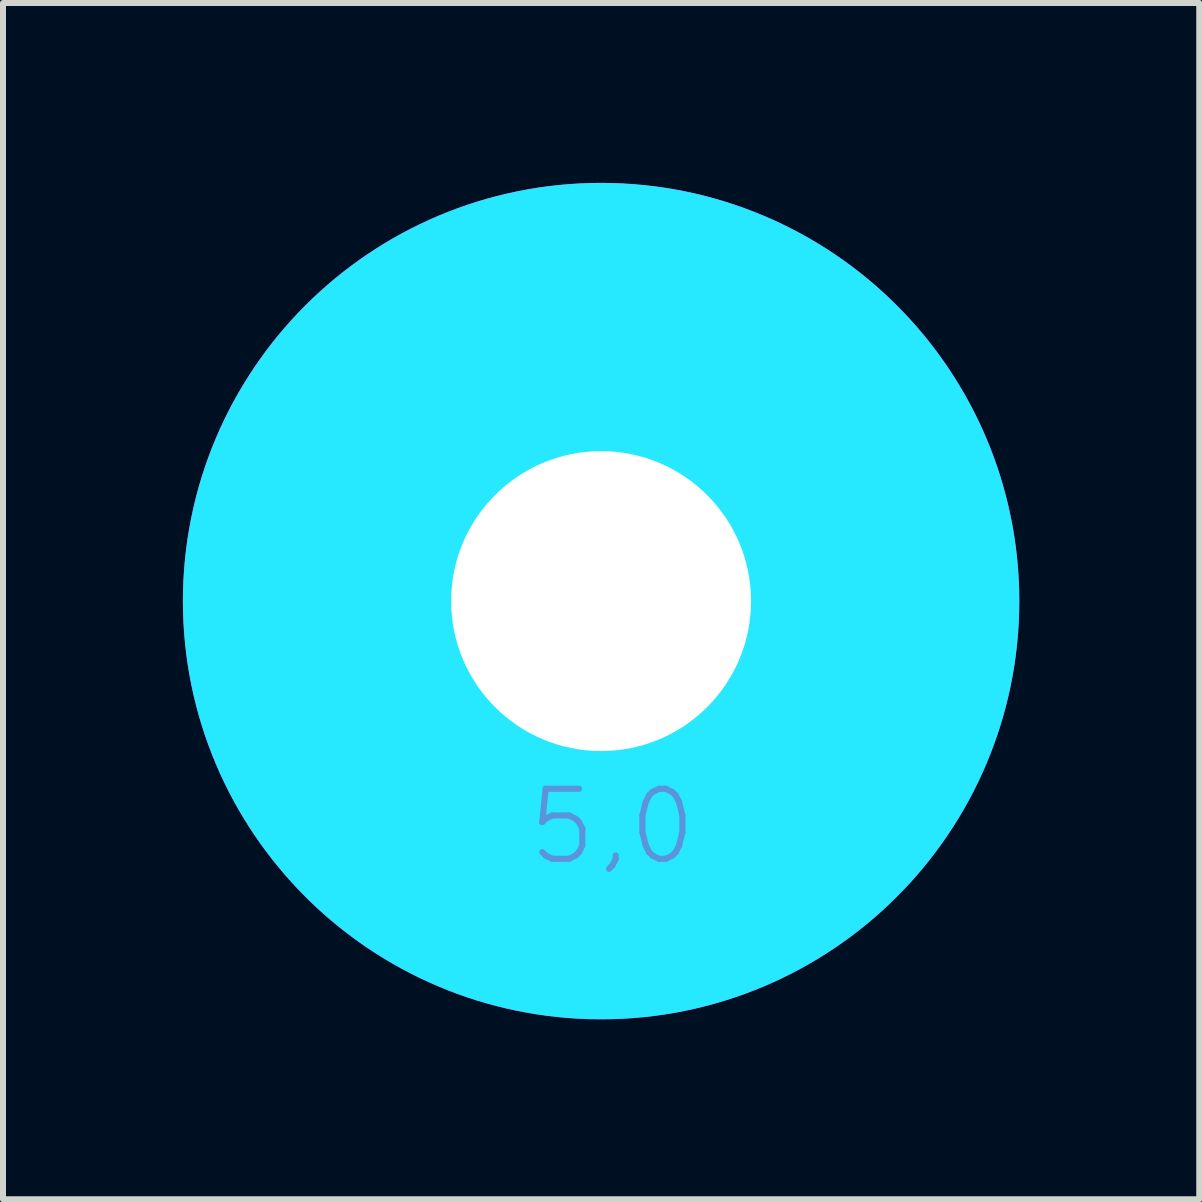
<source format=kicad_pcb>
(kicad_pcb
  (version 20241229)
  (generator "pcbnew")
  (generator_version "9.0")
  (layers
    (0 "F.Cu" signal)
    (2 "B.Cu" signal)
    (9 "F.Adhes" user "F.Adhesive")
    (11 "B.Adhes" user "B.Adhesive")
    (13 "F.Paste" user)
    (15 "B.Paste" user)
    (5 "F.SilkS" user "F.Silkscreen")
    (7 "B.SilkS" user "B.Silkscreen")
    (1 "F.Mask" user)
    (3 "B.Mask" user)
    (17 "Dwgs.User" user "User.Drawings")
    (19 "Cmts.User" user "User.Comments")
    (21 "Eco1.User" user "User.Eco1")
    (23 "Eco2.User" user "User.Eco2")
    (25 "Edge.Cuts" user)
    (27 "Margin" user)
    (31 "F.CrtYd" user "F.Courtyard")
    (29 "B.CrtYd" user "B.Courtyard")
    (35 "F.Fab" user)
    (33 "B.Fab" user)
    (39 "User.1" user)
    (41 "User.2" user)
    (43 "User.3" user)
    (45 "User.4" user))
  (footprint "footprint"
    (layer "F.Cu")
    (at 6.972 6.972)
    (property "Reference" "footprint" (at 0 0 0) (layer "F.SilkS") (effects (font (size 1.27 1.27) (thickness 0.15))))
    (fp_line (start -2.159 0) (end -4.445 0) (stroke (width 0.051) (type solid)) (layer "F.SilkS"))
    (fp_line (start 0 -4.445) (end 0 -2.159) (stroke (width 0.051) (type solid)) (layer "F.SilkS"))
    (fp_line (start 0 2.159) (end 0 4.445) (stroke (width 0.051) (type solid)) (layer "F.SilkS"))
    (fp_line (start 4.445 0) (end 2.159 0) (stroke (width 0.051) (type solid)) (layer "F.SilkS"))
    (fp_circle (center 0 0) (end 2.6 0) (stroke (width 0.152) (type solid)) (fill no) (layer "F.SilkS"))
    (fp_circle (center 0 0) (end 4.496 0) (stroke (width 0.152) (type solid)) (fill no) (layer "F.SilkS"))
    (fp_circle (center 0 0) (end 4.699 0) (stroke (width 4.547) (type solid)) (fill no) (layer "B.CrtYd"))
    (fp_circle (center 0 0) (end 4.699 0) (stroke (width 4.547) (type solid)) (fill no) (layer "F.CrtYd"))
    (fp_arc (start 0 -2.54) (mid 1.796051 -1.796051) (end 2.54 0) (stroke (width 3.9116) (type solid)) (layer "F.Fab"))
    (fp_arc (start 0 2.54) (mid -1.796051 1.796051) (end -2.54 0) (stroke (width 3.9116) (type solid)) (layer "F.Fab"))
    (fp_circle (center 0 0) (end 0.762 0) (stroke (width 0.457) (type solid)) (fill no) (layer "F.Fab"))
    (fp_text user "5,0" (at -1.27 4.445 0) (layer "Cmts.User") (effects (font (size 1.168 1.168) (thickness 0.102)) (justify left bottom)))
    (pad "" np_thru_hole circle (at 0 0) (size 5 5) (drill 5) (layers "*.Cu" "*.Mask"))
    (zone (net_name "") (layer "F.Cu") (hatch edge 0.508) (connect_pads) (min_thickness 0.254) (filled_areas_thickness no) (keepout (tracks not_allowed) (vias not_allowed) (pads not_allowed) (copperpour not_allowed) (footprints allowed)) (placement (enabled no)) (fill) (polygon (pts (xy 13.068 6.972) (xy 12.976 5.914) (xy 12.701 4.887) (xy 12.252 3.924) (xy 11.642 3.054) (xy 10.891 2.302) (xy 10.02 1.693) (xy 9.057 1.244) (xy 8.031 0.969) (xy 6.972 0.876) (xy 5.914 0.969) (xy 4.887 1.244) (xy 3.924 1.693) (xy 3.054 2.302) (xy 2.302 3.054) (xy 1.693 3.924) (xy 1.244 4.887) (xy 0.969 5.914) (xy 0.876 6.972) (xy 0.969 8.031) (xy 1.244 9.057) (xy 1.693 10.02) (xy 2.302 10.891) (xy 3.054 11.642) (xy 3.924 12.252) (xy 4.887 12.701) (xy 5.914 12.976) (xy 6.972 13.068) (xy 8.031 12.976) (xy 9.057 12.701) (xy 10.02 12.252) (xy 10.891 11.642) (xy 11.642 10.891) (xy 12.252 10.02) (xy 12.701 9.057) (xy 12.976 8.031))) (polygon (pts (xy 10.528 6.972) (xy 10.474 6.355) (xy 10.314 5.756) (xy 10.052 5.194) (xy 9.696 4.687) (xy 9.258 4.248) (xy 8.75 3.893) (xy 8.189 3.631) (xy 7.59 3.47) (xy 6.972 3.416) (xy 6.355 3.47) (xy 5.756 3.631) (xy 5.194 3.893) (xy 4.687 4.248) (xy 4.248 4.687) (xy 3.893 5.194) (xy 3.631 5.756) (xy 3.47 6.355) (xy 3.416 6.972) (xy 3.47 7.59) (xy 3.631 8.189) (xy 3.893 8.75) (xy 4.248 9.258) (xy 4.687 9.696) (xy 5.194 10.052) (xy 5.756 10.314) (xy 6.355 10.474) (xy 6.972 10.528) (xy 7.59 10.474) (xy 8.189 10.314) (xy 8.75 10.052) (xy 9.258 9.696) (xy 9.696 9.258) (xy 10.052 8.75) (xy 10.314 8.189) (xy 10.474 7.59))))
    (zone (net_name "") (layers "F.Cu" "B.Cu") (hatch edge 0.508) (connect_pads) (min_thickness 0.254) (filled_areas_thickness no) (keepout (tracks allowed) (vias not_allowed) (pads allowed) (copperpour allowed) (footprints allowed)) (placement (enabled no)) (fill) (polygon (pts (xy 13.068 6.972) (xy 12.976 5.914) (xy 12.701 4.887) (xy 12.252 3.924) (xy 11.642 3.054) (xy 10.891 2.302) (xy 10.02 1.693) (xy 9.057 1.244) (xy 8.031 0.969) (xy 6.972 0.876) (xy 5.914 0.969) (xy 4.887 1.244) (xy 3.924 1.693) (xy 3.054 2.302) (xy 2.302 3.054) (xy 1.693 3.924) (xy 1.244 4.887) (xy 0.969 5.914) (xy 0.876 6.972) (xy 0.969 8.031) (xy 1.244 9.057) (xy 1.693 10.02) (xy 2.302 10.891) (xy 3.054 11.642) (xy 3.924 12.252) (xy 4.887 12.701) (xy 5.914 12.976) (xy 6.972 13.068) (xy 8.031 12.976) (xy 9.057 12.701) (xy 10.02 12.252) (xy 10.891 11.642) (xy 11.642 10.891) (xy 12.252 10.02) (xy 12.701 9.057) (xy 12.976 8.031))) (polygon (pts (xy 10.528 6.972) (xy 10.474 6.355) (xy 10.314 5.756) (xy 10.052 5.194) (xy 9.696 4.687) (xy 9.258 4.248) (xy 8.75 3.893) (xy 8.189 3.631) (xy 7.59 3.47) (xy 6.972 3.416) (xy 6.355 3.47) (xy 5.756 3.631) (xy 5.194 3.893) (xy 4.687 4.248) (xy 4.248 4.687) (xy 3.893 5.194) (xy 3.631 5.756) (xy 3.47 6.355) (xy 3.416 6.972) (xy 3.47 7.59) (xy 3.631 8.189) (xy 3.893 8.75) (xy 4.248 9.258) (xy 4.687 9.696) (xy 5.194 10.052) (xy 5.756 10.314) (xy 6.355 10.474) (xy 6.972 10.528) (xy 7.59 10.474) (xy 8.189 10.314) (xy 8.75 10.052) (xy 9.258 9.696) (xy 9.696 9.258) (xy 10.052 8.75) (xy 10.314 8.189) (xy 10.474 7.59))))
    (zone (net_name "") (layer "B.Cu") (hatch edge 0.508) (connect_pads) (min_thickness 0.254) (filled_areas_thickness no) (keepout (tracks not_allowed) (vias not_allowed) (pads not_allowed) (copperpour not_allowed) (footprints allowed)) (placement (enabled no)) (fill) (polygon (pts (xy 13.068 6.972) (xy 12.976 5.914) (xy 12.701 4.887) (xy 12.252 3.924) (xy 11.642 3.054) (xy 10.891 2.302) (xy 10.02 1.693) (xy 9.057 1.244) (xy 8.031 0.969) (xy 6.972 0.876) (xy 5.914 0.969) (xy 4.887 1.244) (xy 3.924 1.693) (xy 3.054 2.302) (xy 2.302 3.054) (xy 1.693 3.924) (xy 1.244 4.887) (xy 0.969 5.914) (xy 0.876 6.972) (xy 0.969 8.031) (xy 1.244 9.057) (xy 1.693 10.02) (xy 2.302 10.891) (xy 3.054 11.642) (xy 3.924 12.252) (xy 4.887 12.701) (xy 5.914 12.976) (xy 6.972 13.068) (xy 8.031 12.976) (xy 9.057 12.701) (xy 10.02 12.252) (xy 10.891 11.642) (xy 11.642 10.891) (xy 12.252 10.02) (xy 12.701 9.057) (xy 12.976 8.031))) (polygon (pts (xy 10.528 6.972) (xy 10.474 6.355) (xy 10.314 5.756) (xy 10.052 5.194) (xy 9.696 4.687) (xy 9.258 4.248) (xy 8.75 3.893) (xy 8.189 3.631) (xy 7.59 3.47) (xy 6.972 3.416) (xy 6.355 3.47) (xy 5.756 3.631) (xy 5.194 3.893) (xy 4.687 4.248) (xy 4.248 4.687) (xy 3.893 5.194) (xy 3.631 5.756) (xy 3.47 6.355) (xy 3.416 6.972) (xy 3.47 7.59) (xy 3.631 8.189) (xy 3.893 8.75) (xy 4.248 9.258) (xy 4.687 9.696) (xy 5.194 10.052) (xy 5.756 10.314) (xy 6.355 10.474) (xy 6.972 10.528) (xy 7.59 10.474) (xy 8.189 10.314) (xy 8.75 10.052) (xy 9.258 9.696) (xy 9.696 9.258) (xy 10.052 8.75) (xy 10.314 8.189) (xy 10.474 7.59)))))
  (gr_rect
    (start -3 -3)
    (end 16.945 16.945)
    (stroke (width 0.1) (type default))
    (fill no)
    (layer "Edge.Cuts")))
</source>
